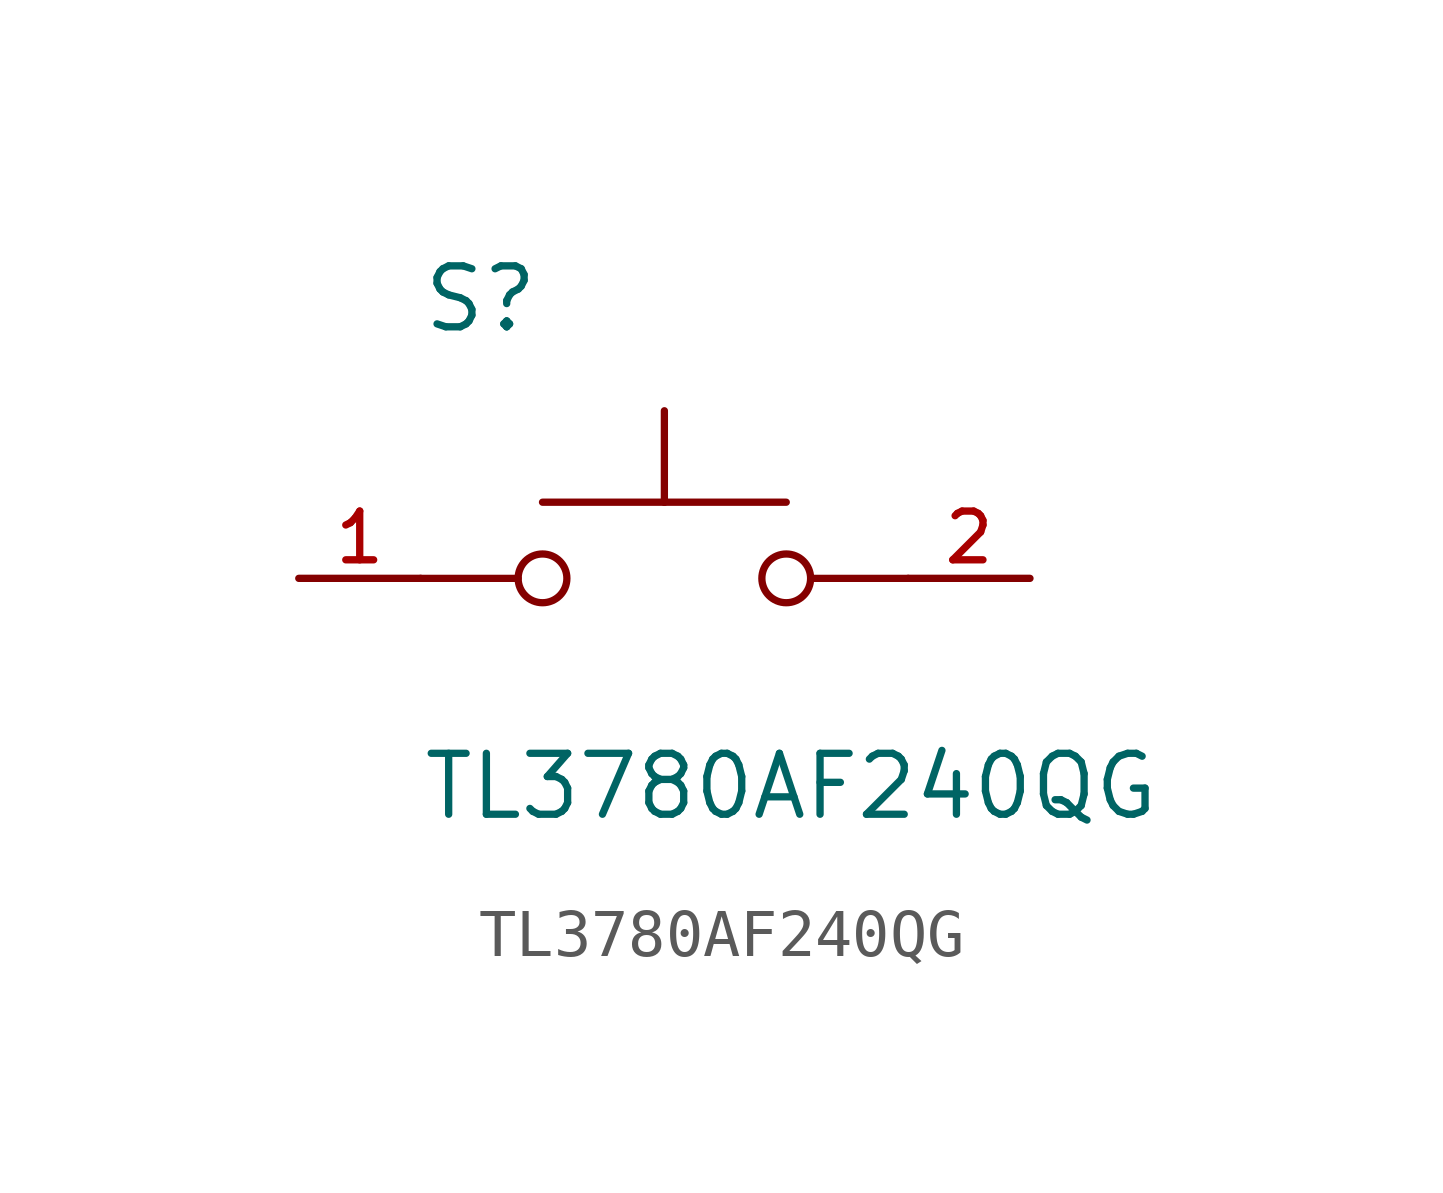
<source format=kicad_sym>
(kicad_symbol_lib
  (version 20211014)
  (generator kicad_symbol_editor)
  (symbol "TL3780AF240QG"
    (pin_names
      (offset 1.016))
    (property "Reference" "S"
      (at -5.08 5.08 0)
      (effects (font (size 1.27 1.27)) (justify bottom left)))
    (property "Value" "TL3780AF240QG"
      (at -5.08 -5.08 0)
      (effects (font (size 1.27 1.27)) (justify bottom left)))
    (symbol "TL3780AF240QG_0_0"
      (circle (center 2.54 0.0) (radius 0.508) (stroke (width 0.152)) (fill (type none)))
      (polyline (pts (xy 5.08 0.0) (xy 3.048 0.0)) (stroke (width 0.152)))
      (polyline (pts (xy -5.08 0.0) (xy -3.048 0.0)) (stroke (width 0.152)))
      (circle (center -2.54 0.0) (radius 0.508) (stroke (width 0.152)) (fill (type none)))
      (polyline (pts (xy -2.54 1.587) (xy 0.0 1.587)) (stroke (width 0.152)))
      (polyline (pts (xy 0.0 1.587) (xy 2.54 1.587)) (stroke (width 0.152)))
      (polyline (pts (xy 0.0 1.587) (xy 0.0 3.493)) (stroke (width 0.152)))
      (pin passive line (at -7.62 0.0 0) (length 2.54) (name "~" (effects (font (size 1.016 1.016)))) (number "1" (effects (font (size 1.016 1.016)))))
      (pin passive line (at 7.62 0.0 180.0) (length 2.54) (name "~" (effects (font (size 1.016 1.016)))) (number "2" (effects (font (size 1.016 1.016))))))))
</source>
